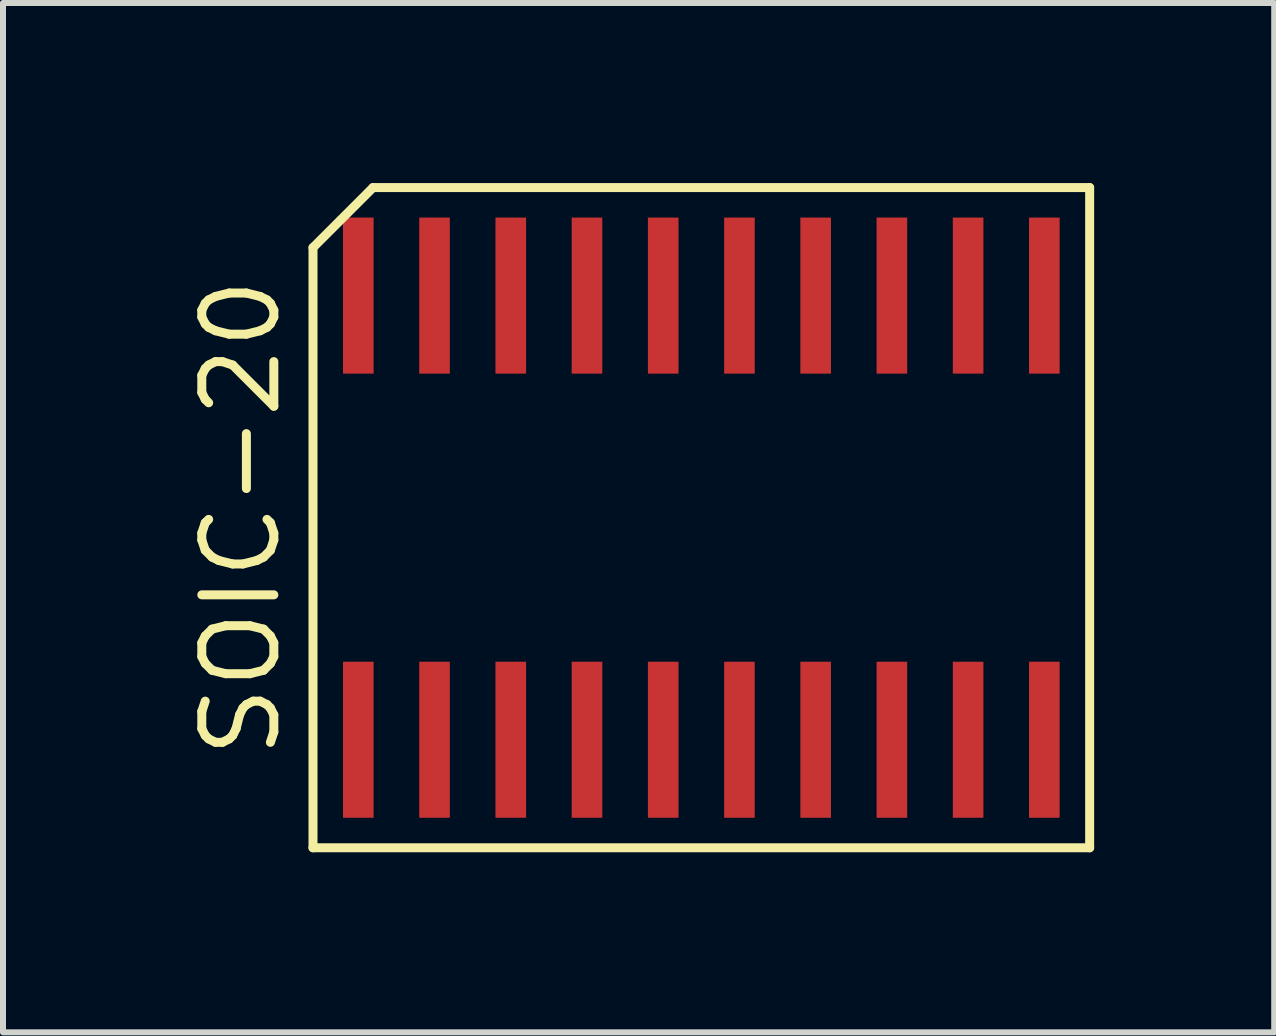
<source format=kicad_pcb>
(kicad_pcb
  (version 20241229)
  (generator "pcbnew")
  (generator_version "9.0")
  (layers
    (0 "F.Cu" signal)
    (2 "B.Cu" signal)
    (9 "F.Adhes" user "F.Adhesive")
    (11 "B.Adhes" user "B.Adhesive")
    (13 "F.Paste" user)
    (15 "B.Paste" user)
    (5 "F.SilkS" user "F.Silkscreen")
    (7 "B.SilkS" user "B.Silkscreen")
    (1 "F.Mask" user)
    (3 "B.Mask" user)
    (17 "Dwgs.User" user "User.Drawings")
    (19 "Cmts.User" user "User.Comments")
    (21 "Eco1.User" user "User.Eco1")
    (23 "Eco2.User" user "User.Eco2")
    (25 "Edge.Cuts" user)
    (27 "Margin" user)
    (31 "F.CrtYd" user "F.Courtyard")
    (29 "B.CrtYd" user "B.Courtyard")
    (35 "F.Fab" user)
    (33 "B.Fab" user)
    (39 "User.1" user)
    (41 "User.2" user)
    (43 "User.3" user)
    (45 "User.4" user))
  (footprint "SOIC-20"
    (layer "F.Cu")
    (at 8.635 5.575)
    (property "Reference" "SOIC-20" (at -7.67 0 90) (layer "F.SilkS") (effects (font (size 1.2 1.2) (thickness 0.15))))
    (attr through_hole)
    (fp_line (start -6.47 -4.5) (end -6.47 5.5) (stroke (width 0.15) (type solid)) (layer "F.SilkS"))
    (fp_line (start -6.47 5.5) (end 6.47 5.5) (stroke (width 0.15) (type solid)) (layer "F.SilkS"))
    (fp_line (start -5.47 -5.5) (end -6.47 -4.5) (stroke (width 0.15) (type solid)) (layer "F.SilkS"))
    (fp_line (start 6.47 -5.5) (end -5.47 -5.5) (stroke (width 0.15) (type solid)) (layer "F.SilkS"))
    (fp_line (start 6.47 5.5) (end 6.47 -5.5) (stroke (width 0.15) (type solid)) (layer "F.SilkS"))
    (pad "1" smd rect (at -5.715 3.7) (size 0.51 2.6) (layers "F.Cu" "F.Mask" "F.Paste"))
    (pad "2" smd rect (at -4.445 3.7) (size 0.51 2.6) (layers "F.Cu" "F.Mask" "F.Paste"))
    (pad "3" smd rect (at -3.175 3.7) (size 0.51 2.6) (layers "F.Cu" "F.Mask" "F.Paste"))
    (pad "4" smd rect (at -1.905 3.7) (size 0.51 2.6) (layers "F.Cu" "F.Mask" "F.Paste"))
    (pad "5" smd rect (at -0.635 3.7) (size 0.51 2.6) (layers "F.Cu" "F.Mask" "F.Paste"))
    (pad "6" smd rect (at 0.635 3.7) (size 0.51 2.6) (layers "F.Cu" "F.Mask" "F.Paste"))
    (pad "7" smd rect (at 1.905 3.7) (size 0.51 2.6) (layers "F.Cu" "F.Mask" "F.Paste"))
    (pad "8" smd rect (at 3.175 3.7) (size 0.51 2.6) (layers "F.Cu" "F.Mask" "F.Paste"))
    (pad "9" smd rect (at 4.445 3.7) (size 0.51 2.6) (layers "F.Cu" "F.Mask" "F.Paste"))
    (pad "10" smd rect (at 5.715 3.7) (size 0.51 2.6) (layers "F.Cu" "F.Mask" "F.Paste"))
    (pad "11" smd rect (at 5.715 -3.7) (size 0.51 2.6) (layers "F.Cu" "F.Mask" "F.Paste"))
    (pad "12" smd rect (at 4.445 -3.7) (size 0.51 2.6) (layers "F.Cu" "F.Mask" "F.Paste"))
    (pad "13" smd rect (at 3.175 -3.7) (size 0.51 2.6) (layers "F.Cu" "F.Mask" "F.Paste"))
    (pad "14" smd rect (at 1.905 -3.7) (size 0.51 2.6) (layers "F.Cu" "F.Mask" "F.Paste"))
    (pad "15" smd rect (at 0.635 -3.7) (size 0.51 2.6) (layers "F.Cu" "F.Mask" "F.Paste"))
    (pad "16" smd rect (at -0.635 -3.7) (size 0.51 2.6) (layers "F.Cu" "F.Mask" "F.Paste"))
    (pad "17" smd rect (at -1.905 -3.7) (size 0.51 2.6) (layers "F.Cu" "F.Mask" "F.Paste"))
    (pad "18" smd rect (at -3.175 -3.7) (size 0.51 2.6) (layers "F.Cu" "F.Mask" "F.Paste"))
    (pad "19" smd rect (at -4.445 -3.7) (size 0.51 2.6) (layers "F.Cu" "F.Mask" "F.Paste"))
    (pad "20" smd rect (at -5.715 -3.7) (size 0.51 2.6) (layers "F.Cu" "F.Mask" "F.Paste")))
  (gr_rect
    (start -3 -3)
    (end 18.18 14.15)
    (stroke (width 0.1) (type default))
    (fill no)
    (layer "Edge.Cuts")))
</source>
